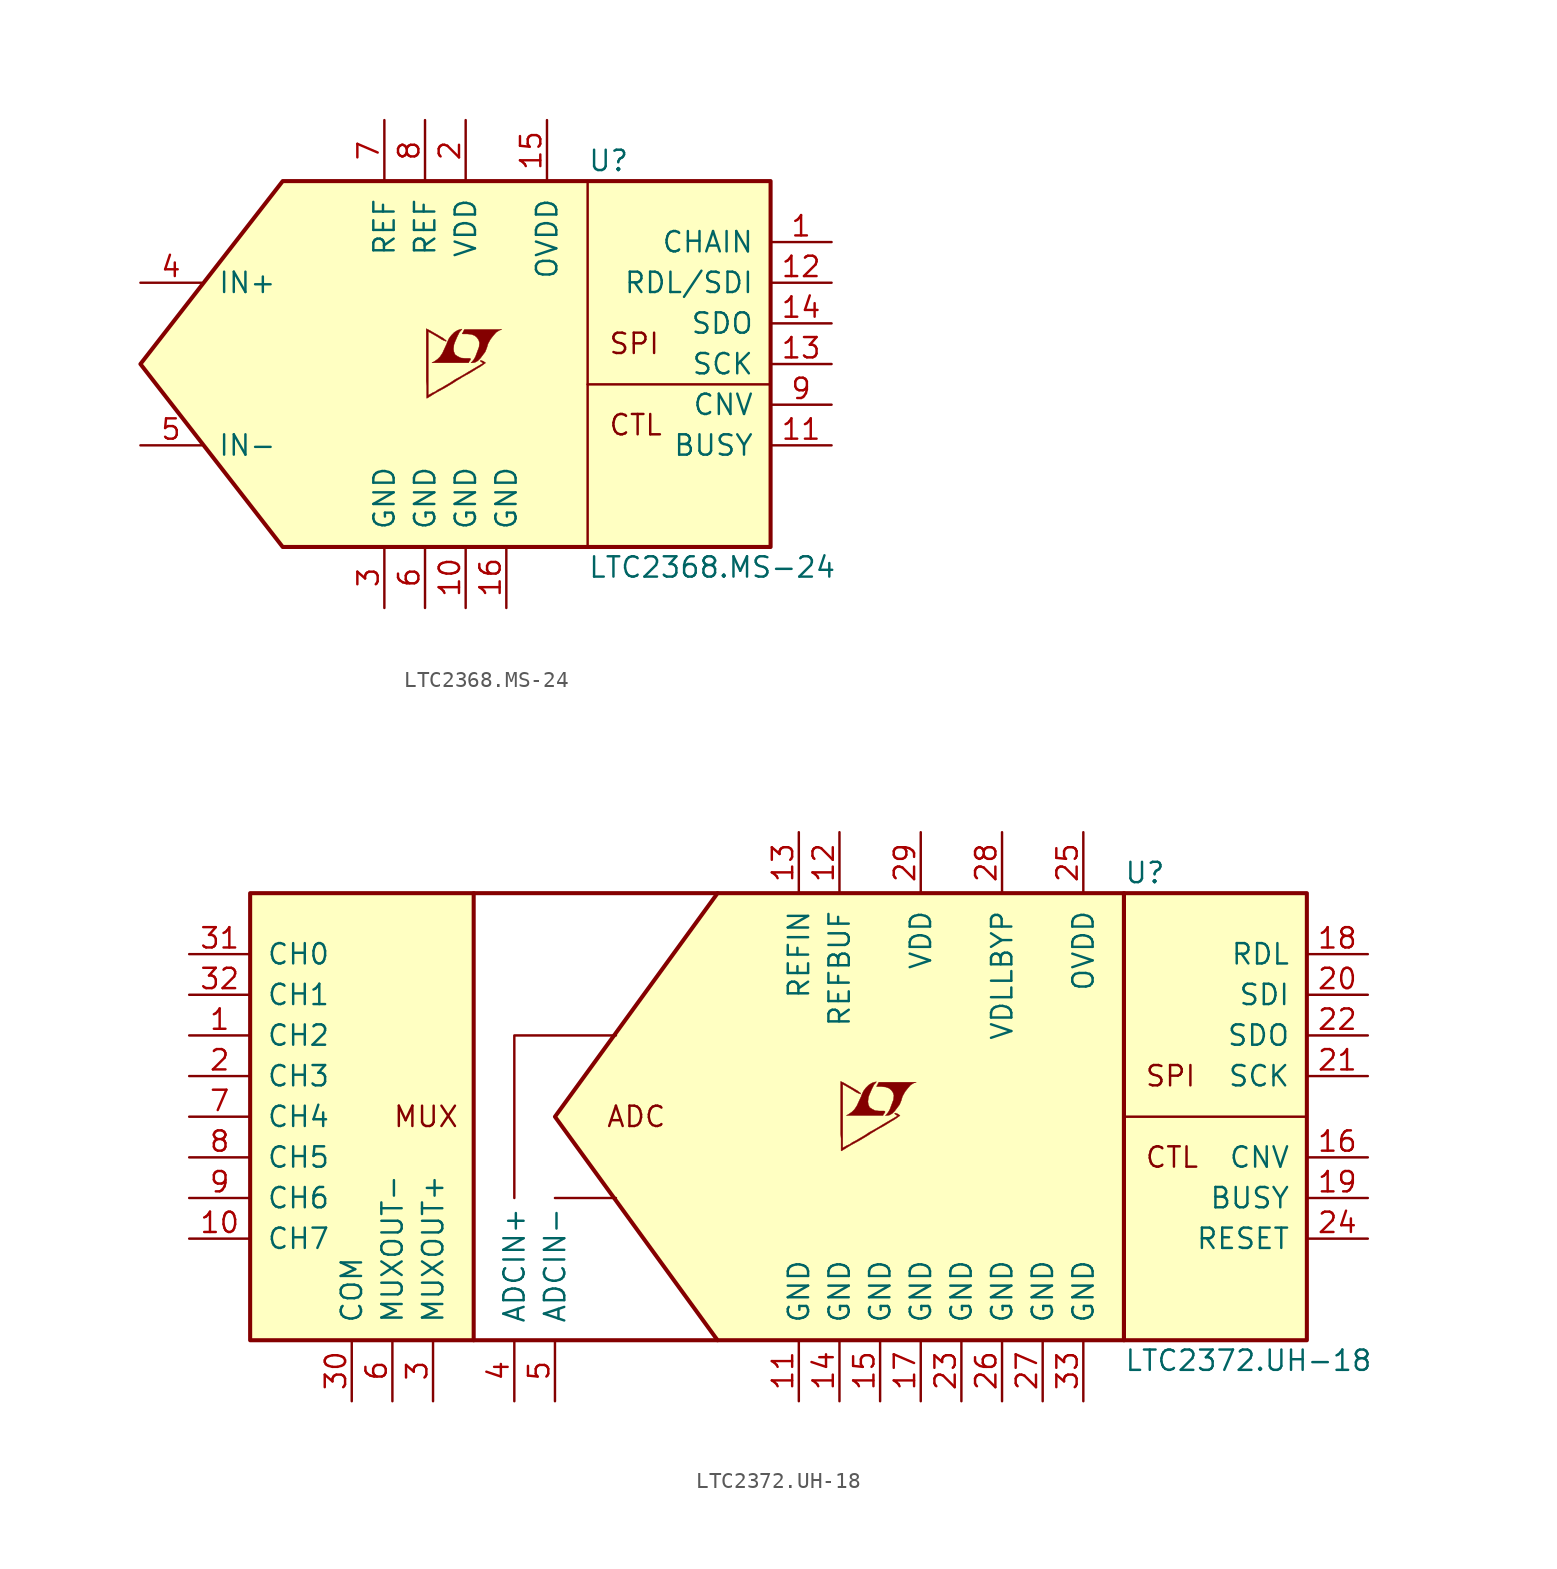
<source format=kicad_sym>
(kicad_symbol_lib
  (version 20201005)
  (generator kicad_symbol_editor)
  (symbol "LTC2368.MS-24"
    (pin_names
      (offset 1.016))
    (property "Reference" "U"
      (at 7.62 12.7 0)
      (effects (font (size 1.27 1.27)) (justify left)))
    (property "Value" "LTC2368.MS-24"
      (at 7.62 -12.7 0)
      (effects (font (size 1.27 1.27)) (justify left)))
    (symbol "LTC2368.MS-24_0_0"
      (text "CTL" (at 8.89 -3.81 0) (effects (font (size 1.27 1.27)) (justify left)))
      (text "SPI" (at 8.89 1.27 0) (effects (font (size 1.27 1.27)) (justify left)))
      (polyline (pts (xy 0.584 0.102) (xy 0.762 0.203) (xy 0.914 0.356) (xy 1.219 0.762) (xy 1.321 1.016) (xy 1.397 1.27) (xy 1.549 1.549) (xy 1.727 1.778) (xy 1.905 1.981) (xy 2.108 2.108) (xy 2.261 2.159) (xy -0.076 2.159) (xy -0.152 2.032) (xy -0.152 2.007) (xy -0.203 1.93) (xy -0.229 1.905) (xy -0.178 1.88) (xy 0.102 1.88) (xy 0.356 1.854) (xy 0.559 1.778) (xy 0.711 1.651) (xy 0.813 1.499) (xy 0.864 1.321) (xy 0.838 1.092) (xy 0.838 1.067) (xy 0.61 0.457) (xy 0.508 0.279) (xy 0.406 0.152) (xy 0.33 0.076) (xy 0.432 0.076) (xy 0.584 0.102)) (stroke (width 0.025)) (fill (type outline)))
      (polyline (pts (xy 0.229 0.178) (xy 0.254 0.203) (xy 0.305 0.279) (xy 0.305 0.33) (xy 0.254 0.356) (xy -0.051 0.356) (xy -0.305 0.381) (xy -0.508 0.483) (xy -0.66 0.584) (xy -0.737 0.762) (xy -0.762 0.94) (xy -0.737 1.168) (xy -0.737 1.194) (xy -0.686 1.346) (xy -0.533 1.702) (xy -0.381 2.007) (xy -0.305 2.083) (xy -0.229 2.184) (xy -0.356 2.159) (xy -0.508 2.108) (xy -0.711 1.981) (xy -0.889 1.803) (xy -1.041 1.6) (xy -1.168 1.321) (xy -1.168 1.295) (xy -1.321 0.965) (xy -1.448 0.686) (xy -1.6 0.457) (xy -1.753 0.305) (xy -1.93 0.178) (xy -2.108 0.076) (xy 0.178 0.076) (xy 0.229 0.178)) (stroke (width 0.025)) (fill (type outline)))
      (polyline (pts (xy -2.362 -2.108) (xy -2.286 -2.057) (xy -2.159 -1.981) (xy -2.083 -1.93) (xy -1.829 -1.778) (xy -1.27 -1.473) (xy -0.762 -1.168) (xy -0.533 -1.016) (xy -0.356 -0.914) (xy -0.203 -0.813) (xy -0.102 -0.762) (xy -0.025 -0.711) (xy 0.127 -0.635) (xy 0.305 -0.533) (xy 0.711 -0.279) (xy 0.889 -0.178) (xy 1.041 -0.076) (xy 1.143 0) (xy 1.219 0.051) (xy 1.245 0.076) (xy 1.092 0.178) (xy 0.94 0.229) (xy 0.914 0.203) (xy 0.914 0.178) (xy 0.991 0.127) (xy 1.092 0.051) (xy 0.178 -0.483) (xy -0.025 -0.61) (xy -0.33 -0.787) (xy -0.66 -0.965) (xy -0.965 -1.168) (xy -1.27 -1.346) (xy -1.524 -1.499) (xy -1.727 -1.6) (xy -1.905 -1.727) (xy -2.083 -1.803) (xy -2.21 -1.88) (xy -2.311 -1.93) (xy -2.337 -1.956) (xy -2.337 2.032) (xy -1.803 1.727) (xy -1.676 1.651) (xy -1.524 1.549) (xy -1.372 1.473) (xy -1.295 1.448) (xy -1.245 1.422) (xy -1.219 1.422) (xy -1.219 1.473) (xy -1.295 1.524) (xy -1.422 1.626) (xy -1.6 1.727) (xy -1.727 1.803) (xy -2.083 2.007) (xy -2.21 2.083) (xy -2.464 2.21) (xy -2.464 -1.067) (xy -2.438 -1.372) (xy -2.438 -2.134) (xy -2.413 -2.134) (xy -2.362 -2.108)) (stroke (width 0.025)) (fill (type outline))))
    (symbol "LTC2368.MS-24_0_1"
      (polyline (pts (xy 7.62 -1.27) (xy 19.05 -1.27)) (stroke (width 0)) (fill (type none)))
      (polyline (pts (xy 7.62 11.43) (xy 7.62 -11.43)) (stroke (width 0)) (fill (type none)))
      (polyline (pts (xy 19.05 11.43) (xy 19.05 -11.43) (xy -11.43 -11.43) (xy -20.32 0) (xy -11.43 11.43) (xy 19.05 11.43)) (stroke (width 0.254)) (fill (type background))))
    (symbol "LTC2368.MS-24_1_1"
      (pin input line (at 22.86 7.62 180) (length 3.81) (name "CHAIN" (effects (font (size 1.27 1.27)))) (number "1" (effects (font (size 1.27 1.27)))))
      (pin power_in line (at 0 -15.24 90) (length 3.81) (name "GND" (effects (font (size 1.27 1.27)))) (number "10" (effects (font (size 1.27 1.27)))))
      (pin output line (at 22.86 -5.08 180) (length 3.81) (name "BUSY" (effects (font (size 1.27 1.27)))) (number "11" (effects (font (size 1.27 1.27)))))
      (pin input line (at 22.86 5.08 180) (length 3.81) (name "RDL/SDI" (effects (font (size 1.27 1.27)))) (number "12" (effects (font (size 1.27 1.27)))))
      (pin input line (at 22.86 0 180) (length 3.81) (name "SCK" (effects (font (size 1.27 1.27)))) (number "13" (effects (font (size 1.27 1.27)))))
      (pin output line (at 22.86 2.54 180) (length 3.81) (name "SDO" (effects (font (size 1.27 1.27)))) (number "14" (effects (font (size 1.27 1.27)))))
      (pin power_in line (at 5.08 15.24 270) (length 3.81) (name "OVDD" (effects (font (size 1.27 1.27)))) (number "15" (effects (font (size 1.27 1.27)))))
      (pin power_in line (at 2.54 -15.24 90) (length 3.81) (name "GND" (effects (font (size 1.27 1.27)))) (number "16" (effects (font (size 1.27 1.27)))))
      (pin power_in line (at 0 15.24 270) (length 3.81) (name "VDD" (effects (font (size 1.27 1.27)))) (number "2" (effects (font (size 1.27 1.27)))))
      (pin power_in line (at -5.08 -15.24 90) (length 3.81) (name "GND" (effects (font (size 1.27 1.27)))) (number "3" (effects (font (size 1.27 1.27)))))
      (pin input line (at -20.32 5.08 0) (length 3.81) (name "IN+" (effects (font (size 1.27 1.27)))) (number "4" (effects (font (size 1.27 1.27)))))
      (pin input line (at -20.32 -5.08 0) (length 3.81) (name "IN-" (effects (font (size 1.27 1.27)))) (number "5" (effects (font (size 1.27 1.27)))))
      (pin power_in line (at -2.54 -15.24 90) (length 3.81) (name "GND" (effects (font (size 1.27 1.27)))) (number "6" (effects (font (size 1.27 1.27)))))
      (pin passive line (at -5.08 15.24 270) (length 3.81) (name "REF" (effects (font (size 1.27 1.27)))) (number "7" (effects (font (size 1.27 1.27)))))
      (pin passive line (at -2.54 15.24 270) (length 3.81) (name "REF" (effects (font (size 1.27 1.27)))) (number "8" (effects (font (size 1.27 1.27)))))
      (pin input line (at 22.86 -2.54 180) (length 3.81) (name "CNV" (effects (font (size 1.27 1.27)))) (number "9" (effects (font (size 1.27 1.27)))))))
  (symbol "LTC2372.UH-18"
    (pin_names
      (offset 1.016))
    (property "Reference" "U"
      (at 20.32 15.24 0)
      (effects (font (size 1.27 1.27)) (justify left)))
    (property "Value" "LTC2372.UH-18"
      (at 20.32 -15.24 0)
      (effects (font (size 1.27 1.27)) (justify left)))
    (symbol "LTC2372.UH-18_0_0"
      (text "ADC" (at -10.16 0 0) (effects (font (size 1.27 1.27))))
      (text "CTL" (at 21.59 -2.54 0) (effects (font (size 1.27 1.27)) (justify left)))
      (text "MUX" (at -25.4 0 0) (effects (font (size 1.27 1.27)) (justify left)))
      (text "SPI" (at 21.59 2.54 0) (effects (font (size 1.27 1.27)) (justify left)))
      (polyline (pts (xy 5.664 0.102) (xy 5.842 0.203) (xy 5.994 0.356) (xy 6.299 0.762) (xy 6.401 1.016) (xy 6.477 1.27) (xy 6.629 1.549) (xy 6.807 1.778) (xy 6.985 1.981) (xy 7.188 2.108) (xy 7.341 2.159) (xy 5.004 2.159) (xy 4.928 2.032) (xy 4.928 2.007) (xy 4.877 1.93) (xy 4.851 1.905) (xy 4.902 1.88) (xy 5.182 1.88) (xy 5.436 1.854) (xy 5.639 1.778) (xy 5.791 1.651) (xy 5.893 1.499) (xy 5.944 1.321) (xy 5.918 1.092) (xy 5.918 1.067) (xy 5.69 0.457) (xy 5.588 0.279) (xy 5.486 0.152) (xy 5.41 0.076) (xy 5.512 0.076) (xy 5.664 0.102)) (stroke (width 0.025)) (fill (type outline)))
      (polyline (pts (xy 5.309 0.178) (xy 5.334 0.203) (xy 5.385 0.279) (xy 5.385 0.33) (xy 5.334 0.356) (xy 5.029 0.356) (xy 4.775 0.381) (xy 4.572 0.483) (xy 4.42 0.584) (xy 4.343 0.762) (xy 4.318 0.94) (xy 4.343 1.168) (xy 4.343 1.194) (xy 4.394 1.346) (xy 4.547 1.702) (xy 4.699 2.007) (xy 4.775 2.083) (xy 4.851 2.184) (xy 4.724 2.159) (xy 4.572 2.108) (xy 4.369 1.981) (xy 4.191 1.803) (xy 4.039 1.6) (xy 3.912 1.321) (xy 3.912 1.295) (xy 3.759 0.965) (xy 3.632 0.686) (xy 3.48 0.457) (xy 3.327 0.305) (xy 3.15 0.178) (xy 2.972 0.076) (xy 5.258 0.076) (xy 5.309 0.178)) (stroke (width 0.025)) (fill (type outline)))
      (polyline (pts (xy 2.718 -2.108) (xy 2.794 -2.057) (xy 2.921 -1.981) (xy 2.997 -1.93) (xy 3.251 -1.778) (xy 3.81 -1.473) (xy 4.318 -1.168) (xy 4.547 -1.016) (xy 4.724 -0.914) (xy 4.877 -0.813) (xy 4.978 -0.762) (xy 5.055 -0.711) (xy 5.207 -0.635) (xy 5.385 -0.533) (xy 5.791 -0.279) (xy 5.969 -0.178) (xy 6.121 -0.076) (xy 6.223 0) (xy 6.299 0.051) (xy 6.325 0.076) (xy 6.172 0.178) (xy 6.02 0.229) (xy 5.994 0.203) (xy 5.994 0.178) (xy 6.071 0.127) (xy 6.172 0.051) (xy 5.258 -0.483) (xy 5.055 -0.61) (xy 4.75 -0.787) (xy 4.42 -0.965) (xy 4.115 -1.168) (xy 3.81 -1.346) (xy 3.556 -1.499) (xy 3.353 -1.6) (xy 3.175 -1.727) (xy 2.997 -1.803) (xy 2.87 -1.88) (xy 2.769 -1.93) (xy 2.743 -1.956) (xy 2.743 2.032) (xy 3.277 1.727) (xy 3.404 1.651) (xy 3.556 1.549) (xy 3.708 1.473) (xy 3.785 1.448) (xy 3.835 1.422) (xy 3.861 1.422) (xy 3.861 1.473) (xy 3.785 1.524) (xy 3.658 1.626) (xy 3.48 1.727) (xy 3.353 1.803) (xy 2.997 2.007) (xy 2.87 2.083) (xy 2.616 2.21) (xy 2.616 -1.067) (xy 2.642 -1.372) (xy 2.642 -2.134) (xy 2.667 -2.134) (xy 2.718 -2.108)) (stroke (width 0.025)) (fill (type outline))))
    (symbol "LTC2372.UH-18_0_1"
      (rectangle (start 20.32 13.97) (end 31.75 -13.97) (stroke (width 0.254)) (fill (type background)))
      (polyline (pts (xy 20.32 0) (xy 31.75 0)) (stroke (width 0)) (fill (type none)))
      (polyline (pts (xy 20.32 13.97) (xy 20.32 -13.97) (xy -5.08 -13.97) (xy -15.24 0) (xy -5.08 13.97) (xy 20.32 13.97)) (stroke (width 0.254)) (fill (type background))))
    (symbol "LTC2372.UH-18_1_1"
      (rectangle (start -34.29 13.97) (end -20.32 -13.97) (stroke (width 0.254)) (fill (type background)))
      (polyline (pts (xy -20.32 -13.97) (xy -5.08 -13.97)) (stroke (width 0.254)) (fill (type none)))
      (polyline (pts (xy -20.32 13.97) (xy -5.08 13.97)) (stroke (width 0.254)) (fill (type none)))
      (polyline (pts (xy -11.43 -5.08) (xy -15.24 -5.08)) (stroke (width 0)) (fill (type none)))
      (polyline (pts (xy -17.78 -5.08) (xy -17.78 5.08) (xy -11.43 5.08)) (stroke (width 0)) (fill (type none)))
      (pin input line (at -38.1 5.08 0) (length 3.81) (name "CH2" (effects (font (size 1.27 1.27)))) (number "1" (effects (font (size 1.27 1.27)))))
      (pin input line (at -38.1 -7.62 0) (length 3.81) (name "CH7" (effects (font (size 1.27 1.27)))) (number "10" (effects (font (size 1.27 1.27)))))
      (pin power_in line (at 0 -17.78 90) (length 3.81) (name "GND" (effects (font (size 1.27 1.27)))) (number "11" (effects (font (size 1.27 1.27)))))
      (pin passive line (at 2.54 17.78 270) (length 3.81) (name "REFBUF" (effects (font (size 1.27 1.27)))) (number "12" (effects (font (size 1.27 1.27)))))
      (pin passive line (at 0 17.78 270) (length 3.81) (name "REFIN" (effects (font (size 1.27 1.27)))) (number "13" (effects (font (size 1.27 1.27)))))
      (pin power_in line (at 2.54 -17.78 90) (length 3.81) (name "GND" (effects (font (size 1.27 1.27)))) (number "14" (effects (font (size 1.27 1.27)))))
      (pin power_in line (at 5.08 -17.78 90) (length 3.81) (name "GND" (effects (font (size 1.27 1.27)))) (number "15" (effects (font (size 1.27 1.27)))))
      (pin input line (at 35.56 -2.54 180) (length 3.81) (name "CNV" (effects (font (size 1.27 1.27)))) (number "16" (effects (font (size 1.27 1.27)))))
      (pin power_in line (at 7.62 -17.78 90) (length 3.81) (name "GND" (effects (font (size 1.27 1.27)))) (number "17" (effects (font (size 1.27 1.27)))))
      (pin input line (at 35.56 10.16 180) (length 3.81) (name "RDL" (effects (font (size 1.27 1.27)))) (number "18" (effects (font (size 1.27 1.27)))))
      (pin output line (at 35.56 -5.08 180) (length 3.81) (name "BUSY" (effects (font (size 1.27 1.27)))) (number "19" (effects (font (size 1.27 1.27)))))
      (pin input line (at -38.1 2.54 0) (length 3.81) (name "CH3" (effects (font (size 1.27 1.27)))) (number "2" (effects (font (size 1.27 1.27)))))
      (pin input line (at 35.56 7.62 180) (length 3.81) (name "SDI" (effects (font (size 1.27 1.27)))) (number "20" (effects (font (size 1.27 1.27)))))
      (pin input line (at 35.56 2.54 180) (length 3.81) (name "SCK" (effects (font (size 1.27 1.27)))) (number "21" (effects (font (size 1.27 1.27)))))
      (pin output line (at 35.56 5.08 180) (length 3.81) (name "SDO" (effects (font (size 1.27 1.27)))) (number "22" (effects (font (size 1.27 1.27)))))
      (pin power_in line (at 10.16 -17.78 90) (length 3.81) (name "GND" (effects (font (size 1.27 1.27)))) (number "23" (effects (font (size 1.27 1.27)))))
      (pin input line (at 35.56 -7.62 180) (length 3.81) (name "RESET" (effects (font (size 1.27 1.27)))) (number "24" (effects (font (size 1.27 1.27)))))
      (pin power_in line (at 17.78 17.78 270) (length 3.81) (name "OVDD" (effects (font (size 1.27 1.27)))) (number "25" (effects (font (size 1.27 1.27)))))
      (pin power_in line (at 12.7 -17.78 90) (length 3.81) (name "GND" (effects (font (size 1.27 1.27)))) (number "26" (effects (font (size 1.27 1.27)))))
      (pin power_in line (at 15.24 -17.78 90) (length 3.81) (name "GND" (effects (font (size 1.27 1.27)))) (number "27" (effects (font (size 1.27 1.27)))))
      (pin passive line (at 12.7 17.78 270) (length 3.81) (name "VDLLBYP" (effects (font (size 1.27 1.27)))) (number "28" (effects (font (size 1.27 1.27)))))
      (pin power_in line (at 7.62 17.78 270) (length 3.81) (name "VDD" (effects (font (size 1.27 1.27)))) (number "29" (effects (font (size 1.27 1.27)))))
      (pin output line (at -22.86 -17.78 90) (length 3.81) (name "MUXOUT+" (effects (font (size 1.27 1.27)))) (number "3" (effects (font (size 1.27 1.27)))))
      (pin passive line (at -27.94 -17.78 90) (length 3.81) (name "COM" (effects (font (size 1.27 1.27)))) (number "30" (effects (font (size 1.27 1.27)))))
      (pin input line (at -38.1 10.16 0) (length 3.81) (name "CH0" (effects (font (size 1.27 1.27)))) (number "31" (effects (font (size 1.27 1.27)))))
      (pin input line (at -38.1 7.62 0) (length 3.81) (name "CH1" (effects (font (size 1.27 1.27)))) (number "32" (effects (font (size 1.27 1.27)))))
      (pin power_in line (at 17.78 -17.78 90) (length 3.81) (name "GND" (effects (font (size 1.27 1.27)))) (number "33" (effects (font (size 1.27 1.27)))))
      (pin input line (at -17.78 -17.78 90) (length 3.81) (name "ADCIN+" (effects (font (size 1.27 1.27)))) (number "4" (effects (font (size 1.27 1.27)))))
      (pin input line (at -15.24 -17.78 90) (length 3.81) (name "ADCIN-" (effects (font (size 1.27 1.27)))) (number "5" (effects (font (size 1.27 1.27)))))
      (pin output line (at -25.4 -17.78 90) (length 3.81) (name "MUXOUT-" (effects (font (size 1.27 1.27)))) (number "6" (effects (font (size 1.27 1.27)))))
      (pin input line (at -38.1 0 0) (length 3.81) (name "CH4" (effects (font (size 1.27 1.27)))) (number "7" (effects (font (size 1.27 1.27)))))
      (pin input line (at -38.1 -2.54 0) (length 3.81) (name "CH5" (effects (font (size 1.27 1.27)))) (number "8" (effects (font (size 1.27 1.27)))))
      (pin input line (at -38.1 -5.08 0) (length 3.81) (name "CH6" (effects (font (size 1.27 1.27)))) (number "9" (effects (font (size 1.27 1.27))))))))
</source>
